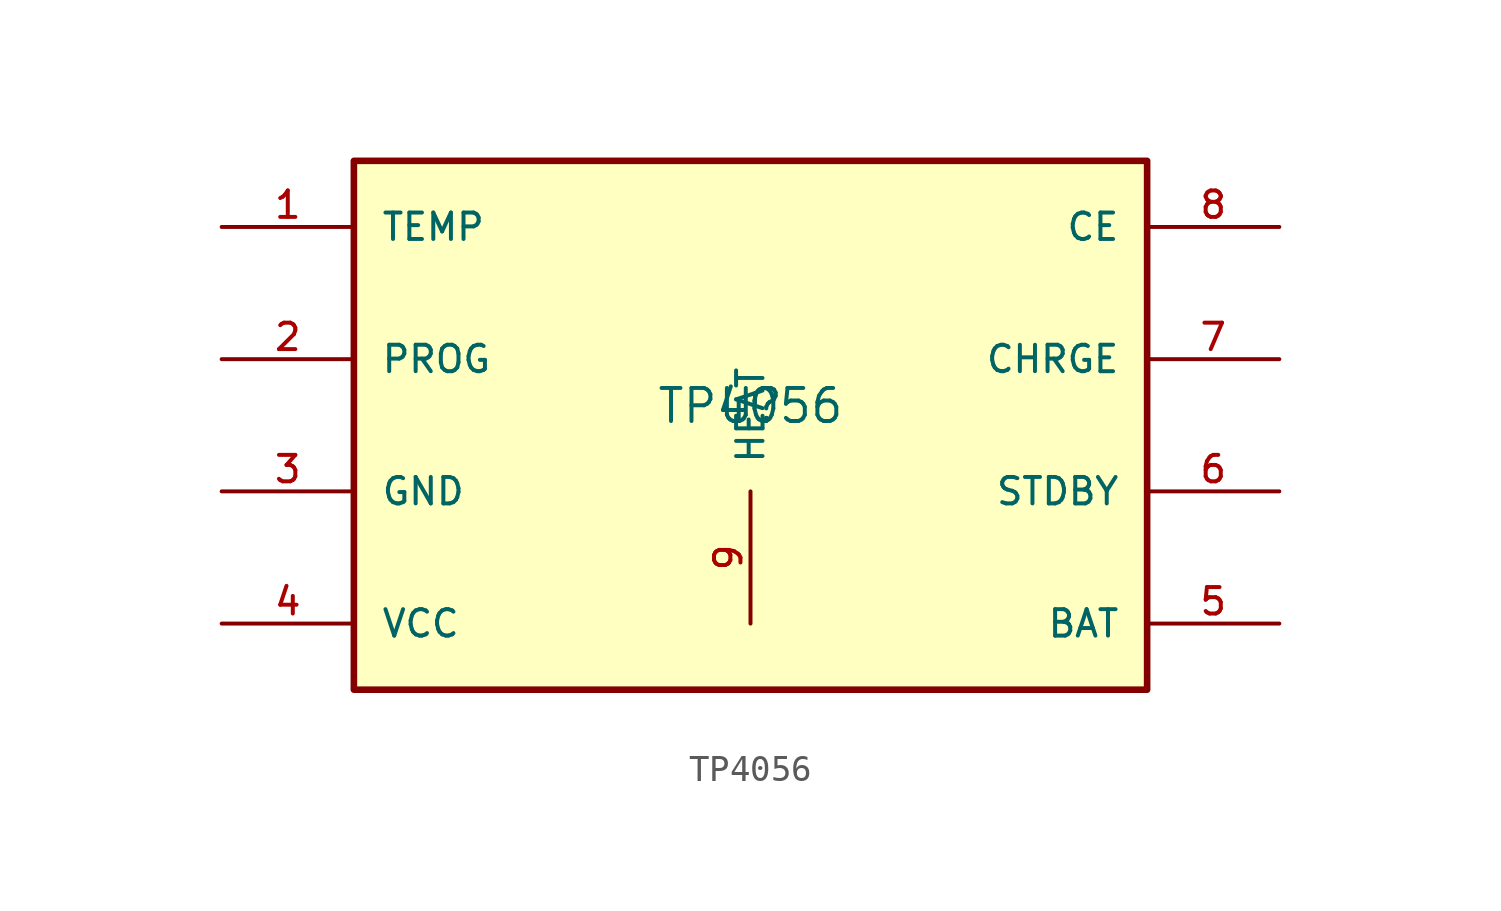
<source format=kicad_sym>
(kicad_symbol_lib
  (version 20211014)
  (generator kicad_symbol_editor)
  (symbol "TP4056"
    (pin_names
      (offset 1.016))
    (property "Reference" "U"
      (at 0 0 0)
      (effects (font (size 1.27 1.27)) (justify bottom)))
    (property "Value" "TP4056"
      (at 0 0.0 0)
      (effects (font (size 1.27 1.27)) (justify bottom)))
    (symbol "TP4056_0_0"
      (rectangle (start -15.24 -10.16) (end 15.24 10.16) (stroke (width 0.254)) (fill (type background)))
      (pin bidirectional line (at -20.32 7.62 0) (length 5.08) (name "TEMP" (effects (font (size 1.016 1.016)))) (number "1" (effects (font (size 1.016 1.016)))))
      (pin bidirectional line (at -20.32 2.54 0) (length 5.08) (name "PROG" (effects (font (size 1.016 1.016)))) (number "2" (effects (font (size 1.016 1.016)))))
      (pin bidirectional line (at -20.32 -2.54 0) (length 5.08) (name "GND" (effects (font (size 1.016 1.016)))) (number "3" (effects (font (size 1.016 1.016)))))
      (pin bidirectional line (at -20.32 -7.62 0) (length 5.08) (name "VCC" (effects (font (size 1.016 1.016)))) (number "4" (effects (font (size 1.016 1.016)))))
      (pin bidirectional line (at 20.32 7.62 180.0) (length 5.08) (name "CE" (effects (font (size 1.016 1.016)))) (number "8" (effects (font (size 1.016 1.016)))))
      (pin bidirectional line (at 20.32 2.54 180.0) (length 5.08) (name "CHRGE" (effects (font (size 1.016 1.016)))) (number "7" (effects (font (size 1.016 1.016)))))
      (pin bidirectional line (at 20.32 -2.54 180.0) (length 5.08) (name "STDBY" (effects (font (size 1.016 1.016)))) (number "6" (effects (font (size 1.016 1.016)))))
      (pin bidirectional line (at 20.32 -7.62 180.0) (length 5.08) (name "BAT" (effects (font (size 1.016 1.016)))) (number "5" (effects (font (size 1.016 1.016)))))
      (pin bidirectional line (at 0.0 -7.62 90.0) (length 5.08) (name "HEAT" (effects (font (size 1.016 1.016)))) (number "9" (effects (font (size 1.016 1.016))))))))
</source>
